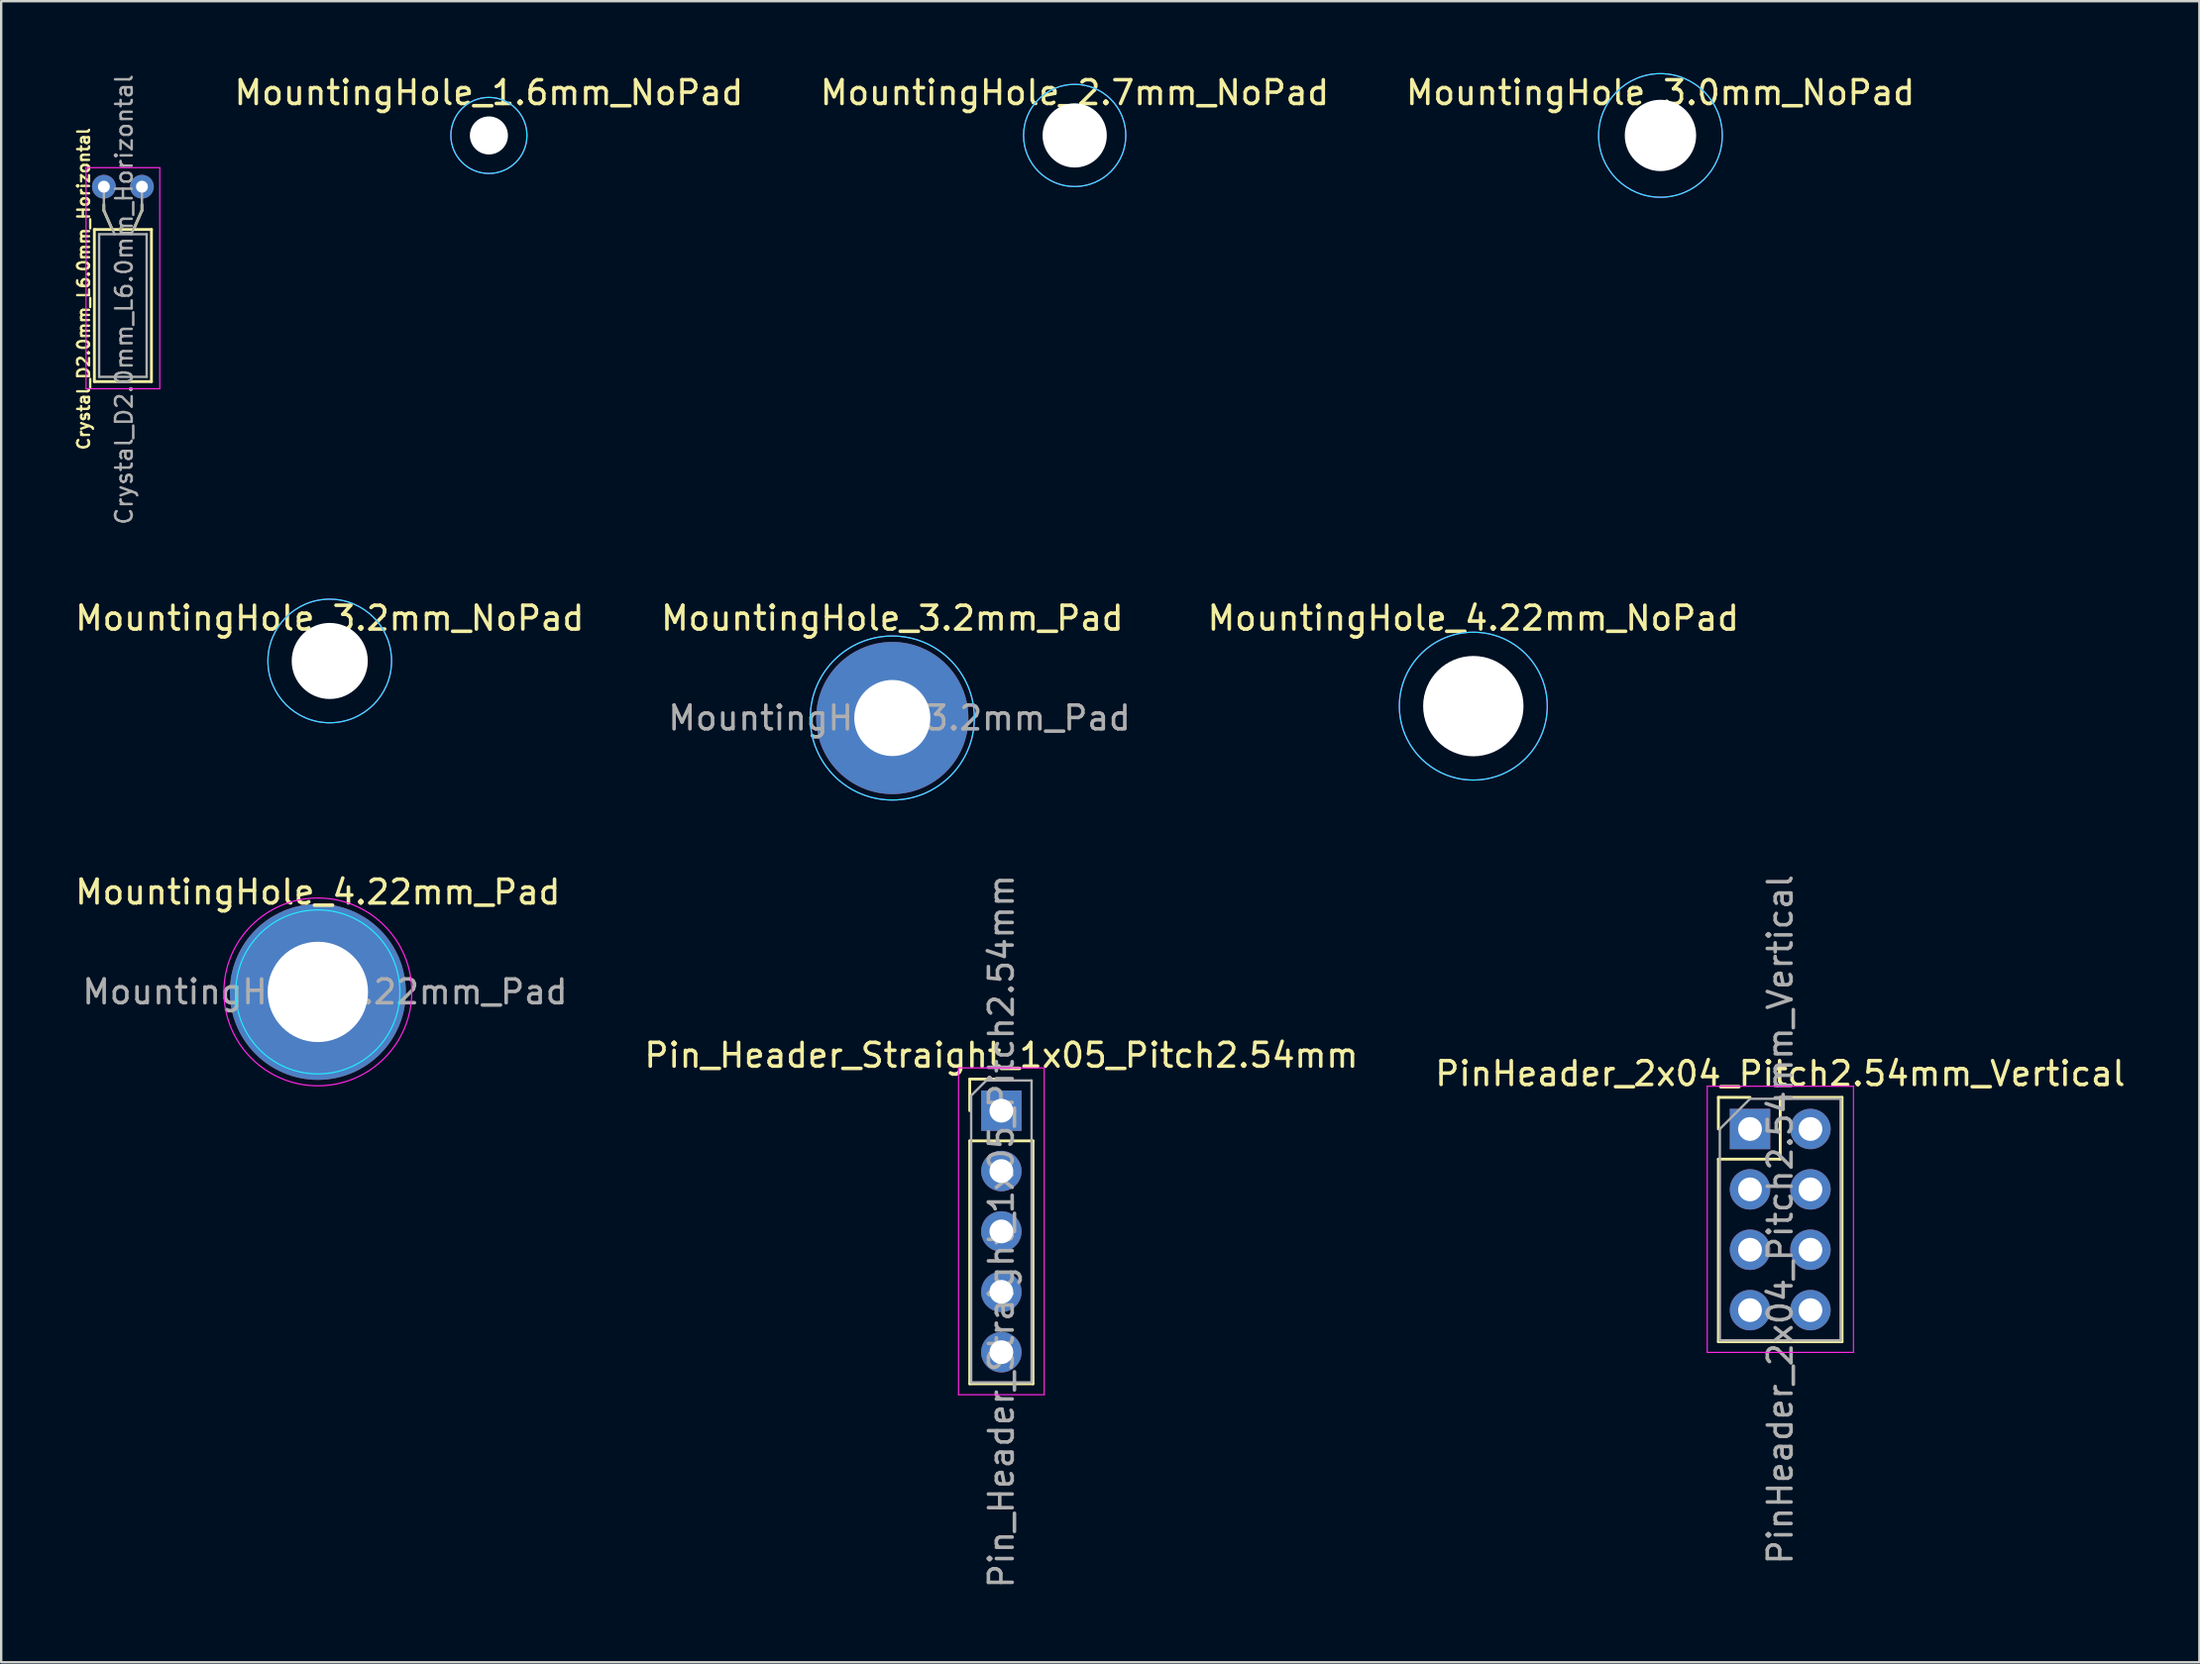
<source format=kicad_pcb>
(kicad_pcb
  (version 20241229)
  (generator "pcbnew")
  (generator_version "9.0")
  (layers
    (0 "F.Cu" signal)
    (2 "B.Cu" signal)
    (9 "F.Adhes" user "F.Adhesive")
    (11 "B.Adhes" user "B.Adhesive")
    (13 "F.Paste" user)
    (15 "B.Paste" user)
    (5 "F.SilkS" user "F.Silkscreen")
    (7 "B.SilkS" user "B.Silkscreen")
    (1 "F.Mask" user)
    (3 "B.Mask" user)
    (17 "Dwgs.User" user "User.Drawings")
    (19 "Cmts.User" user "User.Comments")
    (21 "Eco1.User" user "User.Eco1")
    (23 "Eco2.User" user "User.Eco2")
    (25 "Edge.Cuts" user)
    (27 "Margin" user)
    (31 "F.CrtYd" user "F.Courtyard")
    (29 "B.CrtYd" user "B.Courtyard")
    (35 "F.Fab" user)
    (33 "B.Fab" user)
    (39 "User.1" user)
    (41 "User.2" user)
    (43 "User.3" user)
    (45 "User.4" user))
  (footprint "MountingHole_4.22mm_Pad"
    (layer "F.Cu")
    (at 10.315 38.68)
    (property "Reference" "MountingHole_4.22mm_Pad" (at 0 -4.2 0) (layer "F.SilkS") (effects (font (size 1 1) (thickness 0.15))))
    (attr exclude_from_pos_files exclude_from_bom)
    (fp_circle (center 0 0) (end 3.45 0) (stroke (width 0.05) (type solid)) (fill no) (layer "B.CrtYd"))
    (fp_circle (center 0 0) (end 3.95 0) (stroke (width 0.05) (type solid)) (fill no) (layer "F.CrtYd"))
    (fp_text user "${REFERENCE}" (at 0.3 0 0) (layer "F.Fab") (effects (font (size 1 1) (thickness 0.15))))
    (pad "1" thru_hole circle (at 0 0) (size 7.4 7.4) (drill 4.22) (layers "*.Cu" "*.Mask")))
  (footprint "MountingHole_3.2mm_NoPad"
    (layer "F.Cu")
    (at 10.815 24.757)
    (property "Reference" "MountingHole_3.2mm_NoPad" (at 0 -1.8 0) (layer "F.SilkS") (effects (font (size 1 1) (thickness 0.15))))
    (attr exclude_from_pos_files exclude_from_bom)
    (fp_circle (center 0 0) (end 2.6 0) (stroke (width 0.05) (type solid)) (fill no) (layer "B.CrtYd"))
    (fp_circle (center 0 0) (end 2.6 0) (stroke (width 0.05) (type solid)) (fill no) (layer "F.CrtYd"))
    (pad "" np_thru_hole circle (at 0 0) (size 3.2 3.2) (drill 3.2) (layers "*.Cu" "*.Mask")))
  (footprint "Crystal_D2.0mm_L6.0mm_Horizontal"
    (layer "F.Cu")
    (at 2.118 4.804)
    (property "Reference" "Crystal_D2.0mm_L6.0mm_Horizontal" (at -1.65 4.3 90) (layer "F.SilkS") (effects (font (size 0.5 0.5) (thickness 0.1))))
    (attr through_hole)
    (fp_line (start -1.2 1.8) (end -1.2 8.2) (stroke (width 0.12) (type solid)) (layer "F.SilkS"))
    (fp_line (start -1.2 8.2) (end 1.2 8.2) (stroke (width 0.12) (type solid)) (layer "F.SilkS"))
    (fp_line (start -0.8 1) (end -0.8 0.75) (stroke (width 0.12) (type solid)) (layer "F.SilkS"))
    (fp_line (start -0.45 1.8) (end -0.8 1) (stroke (width 0.12) (type solid)) (layer "F.SilkS"))
    (fp_line (start 0.45 1.8) (end 0.8 1) (stroke (width 0.12) (type solid)) (layer "F.SilkS"))
    (fp_line (start 0.8 1) (end 0.8 0.75) (stroke (width 0.12) (type solid)) (layer "F.SilkS"))
    (fp_line (start 1.2 1.8) (end -1.2 1.8) (stroke (width 0.12) (type solid)) (layer "F.SilkS"))
    (fp_line (start 1.2 8.2) (end 1.2 1.8) (stroke (width 0.12) (type solid)) (layer "F.SilkS"))
    (fp_line (start -1.55 -0.8) (end -1.55 8.5) (stroke (width 0.05) (type solid)) (layer "F.CrtYd"))
    (fp_line (start -1.55 8.5) (end 1.55 8.5) (stroke (width 0.05) (type solid)) (layer "F.CrtYd"))
    (fp_line (start 1.55 -0.8) (end -1.55 -0.8) (stroke (width 0.05) (type solid)) (layer "F.CrtYd"))
    (fp_line (start 1.55 8.5) (end 1.55 -0.8) (stroke (width 0.05) (type solid)) (layer "F.CrtYd"))
    (fp_line (start -1 2) (end -1 8) (stroke (width 0.1) (type solid)) (layer "F.Fab"))
    (fp_line (start -1 8) (end 1 8) (stroke (width 0.1) (type solid)) (layer "F.Fab"))
    (fp_line (start -0.8 1) (end -0.8 0) (stroke (width 0.1) (type solid)) (layer "F.Fab"))
    (fp_line (start -0.35 2) (end -0.8 1) (stroke (width 0.1) (type solid)) (layer "F.Fab"))
    (fp_line (start 0.35 2) (end 0.8 1) (stroke (width 0.1) (type solid)) (layer "F.Fab"))
    (fp_line (start 0.8 1) (end 0.8 0) (stroke (width 0.1) (type solid)) (layer "F.Fab"))
    (fp_line (start 1 2) (end -1 2) (stroke (width 0.1) (type solid)) (layer "F.Fab"))
    (fp_line (start 1 8) (end 1 2) (stroke (width 0.1) (type solid)) (layer "F.Fab"))
    (fp_text user "${REFERENCE}" (at 0.05 4.75 90) (layer "F.Fab") (effects (font (size 0.7 0.7) (thickness 0.105))))
    (pad "1" thru_hole circle (at -0.8 0) (size 1 1) (drill 0.5) (layers "*.Cu" "*.Mask"))
    (pad "2" thru_hole circle (at 0.8 0) (size 1 1) (drill 0.5) (layers "*.Cu" "*.Mask")))
  (footprint "MountingHole_4.22mm_NoPad"
    (layer "F.Cu")
    (at 58.901 26.657)
    (property "Reference" "MountingHole_4.22mm_NoPad" (at 0 -3.7 0) (layer "F.SilkS") (effects (font (size 1 1) (thickness 0.15))))
    (attr exclude_from_pos_files exclude_from_bom)
    (fp_circle (center 0 0) (end 3.11 0) (stroke (width 0.05) (type solid)) (fill no) (layer "B.CrtYd"))
    (fp_circle (center 0 0) (end 3.11 0) (stroke (width 0.05) (type solid)) (fill no) (layer "F.CrtYd"))
    (pad "" np_thru_hole circle (at 0 0) (size 4.22 4.22) (drill 4.22) (layers "*.Cu" "*.Mask")))
  (footprint "PinHeader_2x04_Pitch2.54mm_Vertical"
    (layer "F.Cu")
    (at 70.536 44.447)
    (property "Reference" "PinHeader_2x04_Pitch2.54mm_Vertical" (at 1.27 -2.33 0) (layer "F.SilkS") (effects (font (size 1 1) (thickness 0.15))))
    (attr through_hole)
    (fp_line (start -1.33 -1.33) (end 0 -1.33) (stroke (width 0.12) (type solid)) (layer "F.SilkS"))
    (fp_line (start -1.33 0) (end -1.33 -1.33) (stroke (width 0.12) (type solid)) (layer "F.SilkS"))
    (fp_line (start -1.33 1.27) (end -1.33 8.95) (stroke (width 0.12) (type solid)) (layer "F.SilkS"))
    (fp_line (start -1.33 1.27) (end 1.27 1.27) (stroke (width 0.12) (type solid)) (layer "F.SilkS"))
    (fp_line (start -1.33 8.95) (end 3.87 8.95) (stroke (width 0.12) (type solid)) (layer "F.SilkS"))
    (fp_line (start 1.27 -1.33) (end 3.87 -1.33) (stroke (width 0.12) (type solid)) (layer "F.SilkS"))
    (fp_line (start 1.27 1.27) (end 1.27 -1.33) (stroke (width 0.12) (type solid)) (layer "F.SilkS"))
    (fp_line (start 3.87 -1.33) (end 3.87 8.95) (stroke (width 0.12) (type solid)) (layer "F.SilkS"))
    (fp_line (start -1.8 -1.8) (end -1.8 9.4) (stroke (width 0.05) (type solid)) (layer "F.CrtYd"))
    (fp_line (start -1.8 9.4) (end 4.35 9.4) (stroke (width 0.05) (type solid)) (layer "F.CrtYd"))
    (fp_line (start 4.35 -1.8) (end -1.8 -1.8) (stroke (width 0.05) (type solid)) (layer "F.CrtYd"))
    (fp_line (start 4.35 9.4) (end 4.35 -1.8) (stroke (width 0.05) (type solid)) (layer "F.CrtYd"))
    (fp_line (start -1.27 0) (end 0 -1.27) (stroke (width 0.1) (type solid)) (layer "F.Fab"))
    (fp_line (start -1.27 8.89) (end -1.27 0) (stroke (width 0.1) (type solid)) (layer "F.Fab"))
    (fp_line (start 0 -1.27) (end 3.81 -1.27) (stroke (width 0.1) (type solid)) (layer "F.Fab"))
    (fp_line (start 3.81 -1.27) (end 3.81 8.89) (stroke (width 0.1) (type solid)) (layer "F.Fab"))
    (fp_line (start 3.81 8.89) (end -1.27 8.89) (stroke (width 0.1) (type solid)) (layer "F.Fab"))
    (fp_text user "${REFERENCE}" (at 1.27 3.81 90) (layer "F.Fab") (effects (font (size 1 1) (thickness 0.15))))
    (pad "1" thru_hole rect (at 0 0) (size 1.7 1.7) (drill 1) (layers "*.Cu" "*.Mask"))
    (pad "2" thru_hole oval (at 2.54 0) (size 1.7 1.7) (drill 1) (layers "*.Cu" "*.Mask"))
    (pad "3" thru_hole oval (at 0 2.54) (size 1.7 1.7) (drill 1) (layers "*.Cu" "*.Mask"))
    (pad "4" thru_hole oval (at 2.54 2.54) (size 1.7 1.7) (drill 1) (layers "*.Cu" "*.Mask"))
    (pad "5" thru_hole oval (at 0 5.08) (size 1.7 1.7) (drill 1) (layers "*.Cu" "*.Mask"))
    (pad "6" thru_hole oval (at 2.54 5.08) (size 1.7 1.7) (drill 1) (layers "*.Cu" "*.Mask"))
    (pad "7" thru_hole oval (at 0 7.62) (size 1.7 1.7) (drill 1) (layers "*.Cu" "*.Mask"))
    (pad "8" thru_hole oval (at 2.54 7.62) (size 1.7 1.7) (drill 1) (layers "*.Cu" "*.Mask")))
  (footprint "MountingHole_3.0mm_NoPad"
    (layer "F.Cu")
    (at 66.77 2.648)
    (property "Reference" "MountingHole_3.0mm_NoPad" (at 0 -1.8 0) (layer "F.SilkS") (effects (font (size 1 1) (thickness 0.15))))
    (attr exclude_from_pos_files exclude_from_bom)
    (fp_circle (center 0 0) (end 2.6 0) (stroke (width 0.05) (type solid)) (fill no) (layer "B.CrtYd"))
    (fp_circle (center 0 0) (end 2.6 0) (stroke (width 0.05) (type solid)) (fill no) (layer "F.CrtYd"))
    (pad "" np_thru_hole circle (at 0 0) (size 3 3) (drill 3) (layers "*.Cu" "*.Mask")))
  (footprint "MountingHole_3.2mm_Pad"
    (layer "F.Cu")
    (at 34.47 27.157)
    (property "Reference" "MountingHole_3.2mm_Pad" (at 0 -4.2 0) (layer "F.SilkS") (effects (font (size 1 1) (thickness 0.15))))
    (attr exclude_from_pos_files exclude_from_bom)
    (fp_circle (center 0 0) (end 3.45 0) (stroke (width 0.05) (type solid)) (fill no) (layer "B.CrtYd"))
    (fp_circle (center 0 0) (end 3.45 0) (stroke (width 0.05) (type solid)) (fill no) (layer "F.CrtYd"))
    (fp_text user "${REFERENCE}" (at 0.3 0 0) (layer "F.Fab") (effects (font (size 1 1) (thickness 0.15))))
    (pad "1" thru_hole circle (at 0 0) (size 6.4 6.4) (drill 3.2) (layers "*.Cu" "*.Mask")))
  (footprint "MountingHole_2.7mm_NoPad"
    (layer "F.Cu")
    (at 42.139 2.648)
    (property "Reference" "MountingHole_2.7mm_NoPad" (at 0 -1.8 0) (layer "F.SilkS") (effects (font (size 1 1) (thickness 0.15))))
    (attr exclude_from_pos_files exclude_from_bom)
    (fp_circle (center 0 0) (end 2.15 0) (stroke (width 0.05) (type solid)) (fill no) (layer "B.CrtYd"))
    (fp_circle (center 0 0) (end 2.15 0) (stroke (width 0.05) (type solid)) (fill no) (layer "F.CrtYd"))
    (pad "" np_thru_hole circle (at 0 0) (size 2.7 2.7) (drill 2.7) (layers "*.Cu" "*.Mask")))
  (footprint "Pin_Header_Straight_1x05_Pitch2.54mm"
    (layer "F.Cu")
    (at 39.056 43.677)
    (property "Reference" "Pin_Header_Straight_1x05_Pitch2.54mm" (at 0 -2.33 0) (layer "F.SilkS") (effects (font (size 1 1) (thickness 0.15))))
    (attr through_hole)
    (fp_line (start -1.33 -1.33) (end 0 -1.33) (stroke (width 0.12) (type solid)) (layer "F.SilkS"))
    (fp_line (start -1.33 0) (end -1.33 -1.33) (stroke (width 0.12) (type solid)) (layer "F.SilkS"))
    (fp_line (start -1.33 1.27) (end -1.33 11.49) (stroke (width 0.12) (type solid)) (layer "F.SilkS"))
    (fp_line (start -1.33 1.27) (end 1.33 1.27) (stroke (width 0.12) (type solid)) (layer "F.SilkS"))
    (fp_line (start -1.33 11.49) (end 1.33 11.49) (stroke (width 0.12) (type solid)) (layer "F.SilkS"))
    (fp_line (start 1.33 1.27) (end 1.33 11.49) (stroke (width 0.12) (type solid)) (layer "F.SilkS"))
    (fp_line (start -1.8 -1.8) (end -1.8 11.95) (stroke (width 0.05) (type solid)) (layer "F.CrtYd"))
    (fp_line (start -1.8 11.95) (end 1.8 11.95) (stroke (width 0.05) (type solid)) (layer "F.CrtYd"))
    (fp_line (start 1.8 -1.8) (end -1.8 -1.8) (stroke (width 0.05) (type solid)) (layer "F.CrtYd"))
    (fp_line (start 1.8 11.95) (end 1.8 -1.8) (stroke (width 0.05) (type solid)) (layer "F.CrtYd"))
    (fp_line (start -1.27 -0.635) (end -0.635 -1.27) (stroke (width 0.1) (type solid)) (layer "F.Fab"))
    (fp_line (start -1.27 11.43) (end -1.27 -0.635) (stroke (width 0.1) (type solid)) (layer "F.Fab"))
    (fp_line (start -0.635 -1.27) (end 1.27 -1.27) (stroke (width 0.1) (type solid)) (layer "F.Fab"))
    (fp_line (start 1.27 -1.27) (end 1.27 11.43) (stroke (width 0.1) (type solid)) (layer "F.Fab"))
    (fp_line (start 1.27 11.43) (end -1.27 11.43) (stroke (width 0.1) (type solid)) (layer "F.Fab"))
    (fp_text user "${REFERENCE}" (at 0 5.08 90) (layer "F.Fab") (effects (font (size 1 1) (thickness 0.15))))
    (pad "1" thru_hole rect (at 0 0) (size 1.7 1.7) (drill 1) (layers "*.Cu" "*.Mask"))
    (pad "2" thru_hole oval (at 0 2.54) (size 1.7 1.7) (drill 1) (layers "*.Cu" "*.Mask"))
    (pad "3" thru_hole oval (at 0 5.08) (size 1.7 1.7) (drill 1) (layers "*.Cu" "*.Mask"))
    (pad "4" thru_hole oval (at 0 7.62) (size 1.7 1.7) (drill 1) (layers "*.Cu" "*.Mask"))
    (pad "5" thru_hole oval (at 0 10.16) (size 1.7 1.7) (drill 1) (layers "*.Cu" "*.Mask")))
  (footprint "MountingHole_1.6mm_NoPad"
    (layer "F.Cu")
    (at 17.508 2.648)
    (property "Reference" "MountingHole_1.6mm_NoPad" (at 0 -1.8 0) (layer "F.SilkS") (effects (font (size 1 1) (thickness 0.15))))
    (attr exclude_from_pos_files exclude_from_bom)
    (fp_circle (center 0 0) (end 1.6 0) (stroke (width 0.05) (type solid)) (fill no) (layer "B.CrtYd"))
    (fp_circle (center 0 0) (end 1.6 0) (stroke (width 0.05) (type solid)) (fill no) (layer "F.CrtYd"))
    (pad "" np_thru_hole circle (at 0 0) (size 1.6 1.6) (drill 1.6) (layers "*.Cu" "*.Mask")))
  (gr_rect
    (start -3 -3)
    (end 89.431 66.882)
    (stroke (width 0.1) (type default))
    (fill no)
    (layer "Edge.Cuts")))
</source>
